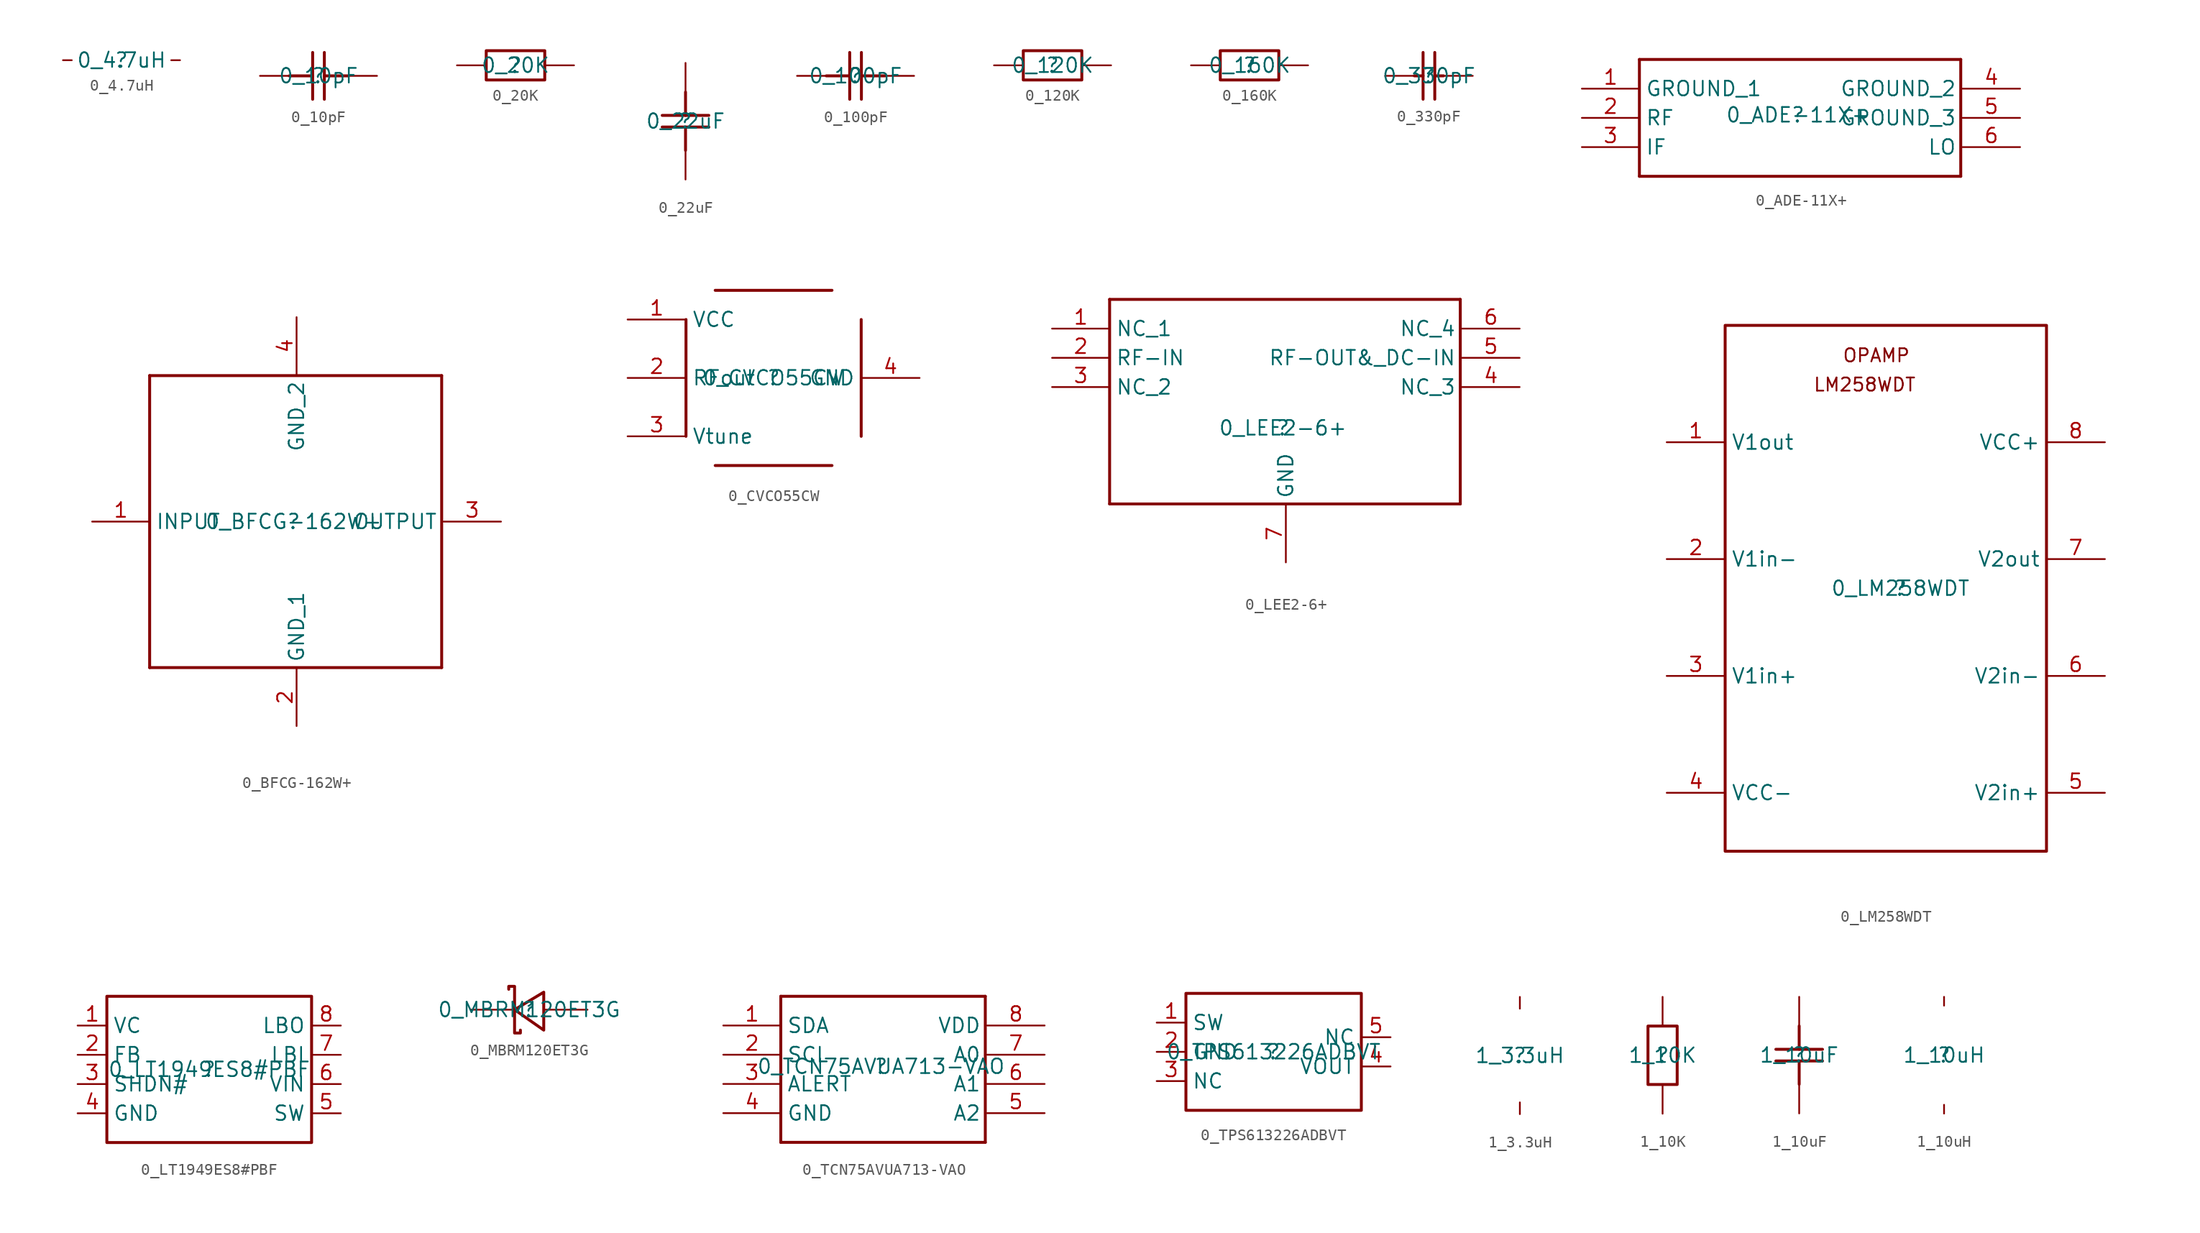
<source format=kicad_sym>
(kicad_symbol_lib
  (version 20211014)
  (generator kicad_symbol_editor)
  (symbol "0_4.7uH"
    (property "Reference" ""
      (at 0 0 0)
      (effects (font (size 1.27 1.27))))
    (property "Value" "0_4.7uH"
      (at 0 0 0)
      (effects (font (size 1.27 1.27))))
    (symbol "0_4.7uH_1_0"
      (pin passive line (at -5.08 0 0) (length 0.762) (name "1" (effects (font (size 0 0)))) (number "1" (effects (font (size 0 0)))))
      (pin passive line (at 5.08 0 180) (length 0.762) (name "2" (effects (font (size 0 0)))) (number "2" (effects (font (size 0 0)))))))
  (symbol "0_10pF"
    (property "Reference" ""
      (at 0 0 0)
      (effects (font (size 1.27 1.27))))
    (property "Value" "0_10pF"
      (at 0 0 0)
      (effects (font (size 1.27 1.27))))
    (symbol "0_10pF_1_0"
      (polyline (pts (xy -0.508 -2.032) (xy -0.508 2.032)) (stroke (width 0.254) (type default) (color 0 0 0 0)) (fill (type none)))
      (polyline (pts (xy -0.508 0) (xy -2.54 0)) (stroke (width 0.254) (type default) (color 0 0 0 0)) (fill (type none)))
      (polyline (pts (xy 0.508 2.032) (xy 0.508 -2.032)) (stroke (width 0.254) (type default) (color 0 0 0 0)) (fill (type none)))
      (polyline (pts (xy 2.54 0) (xy 0.508 0)) (stroke (width 0.254) (type default) (color 0 0 0 0)) (fill (type none)))
      (pin passive line (at -5.08 0 0) (length 2.54) (name "1" (effects (font (size 0 0)))) (number "1" (effects (font (size 0 0)))))
      (pin passive line (at 5.08 0 180) (length 2.54) (name "2" (effects (font (size 0 0)))) (number "2" (effects (font (size 0 0)))))))
  (symbol "0_20K"
    (property "Reference" ""
      (at 0 0 0)
      (effects (font (size 1.27 1.27))))
    (property "Value" "0_20K"
      (at 0 0 0)
      (effects (font (size 1.27 1.27))))
    (symbol "0_20K_1_0"
      (rectangle (start 2.54 1.27) (end -2.54 -1.27) (stroke (width 0.254) (type default) (color 0 0 0 0)) (fill (type none)))
      (pin passive line (at -5.08 0 0) (length 2.54) (name "1" (effects (font (size 0 0)))) (number "1" (effects (font (size 0 0)))))
      (pin passive line (at 5.08 0 180) (length 2.54) (name "2" (effects (font (size 0 0)))) (number "2" (effects (font (size 0 0)))))))
  (symbol "0_22uF"
    (property "Reference" ""
      (at 0 0 0)
      (effects (font (size 1.27 1.27))))
    (property "Value" "0_22uF"
      (at 0 0 0)
      (effects (font (size 1.27 1.27))))
    (symbol "0_22uF_1_0"
      (polyline (pts (xy -2.032 0.508) (xy 2.032 0.508)) (stroke (width 0.254) (type default) (color 0 0 0 0)) (fill (type none)))
      (polyline (pts (xy 0 -0.508) (xy 0 -2.54)) (stroke (width 0.254) (type default) (color 0 0 0 0)) (fill (type none)))
      (polyline (pts (xy 0 2.54) (xy 0 0.508)) (stroke (width 0.254) (type default) (color 0 0 0 0)) (fill (type none)))
      (polyline (pts (xy 2.032 -0.508) (xy -2.032 -0.508)) (stroke (width 0.254) (type default) (color 0 0 0 0)) (fill (type none)))
      (pin passive line (at 0 -5.08 90) (length 2.54) (name "1" (effects (font (size 0 0)))) (number "1" (effects (font (size 0 0)))))
      (pin passive line (at 0 5.08 270) (length 2.54) (name "2" (effects (font (size 0 0)))) (number "2" (effects (font (size 0 0)))))))
  (symbol "0_100pF"
    (property "Reference" ""
      (at 0 0 0)
      (effects (font (size 1.27 1.27))))
    (property "Value" "0_100pF"
      (at 0 0 0)
      (effects (font (size 1.27 1.27))))
    (symbol "0_100pF_1_0"
      (polyline (pts (xy -0.508 -2.032) (xy -0.508 2.032)) (stroke (width 0.254) (type default) (color 0 0 0 0)) (fill (type none)))
      (polyline (pts (xy -0.508 0) (xy -2.54 0)) (stroke (width 0.254) (type default) (color 0 0 0 0)) (fill (type none)))
      (polyline (pts (xy 0.508 2.032) (xy 0.508 -2.032)) (stroke (width 0.254) (type default) (color 0 0 0 0)) (fill (type none)))
      (polyline (pts (xy 2.54 0) (xy 0.508 0)) (stroke (width 0.254) (type default) (color 0 0 0 0)) (fill (type none)))
      (pin passive line (at -5.08 0 0) (length 2.54) (name "1" (effects (font (size 0 0)))) (number "1" (effects (font (size 0 0)))))
      (pin passive line (at 5.08 0 180) (length 2.54) (name "2" (effects (font (size 0 0)))) (number "2" (effects (font (size 0 0)))))))
  (symbol "0_120K"
    (property "Reference" ""
      (at 0 0 0)
      (effects (font (size 1.27 1.27))))
    (property "Value" "0_120K"
      (at 0 0 0)
      (effects (font (size 1.27 1.27))))
    (symbol "0_120K_1_0"
      (rectangle (start 2.54 1.27) (end -2.54 -1.27) (stroke (width 0.254) (type default) (color 0 0 0 0)) (fill (type none)))
      (pin passive line (at -5.08 0 0) (length 2.54) (name "1" (effects (font (size 0 0)))) (number "1" (effects (font (size 0 0)))))
      (pin passive line (at 5.08 0 180) (length 2.54) (name "2" (effects (font (size 0 0)))) (number "2" (effects (font (size 0 0)))))))
  (symbol "0_160K"
    (property "Reference" ""
      (at 0 0 0)
      (effects (font (size 1.27 1.27))))
    (property "Value" "0_160K"
      (at 0 0 0)
      (effects (font (size 1.27 1.27))))
    (symbol "0_160K_1_0"
      (rectangle (start 2.54 1.27) (end -2.54 -1.27) (stroke (width 0.254) (type default) (color 0 0 0 0)) (fill (type none)))
      (pin passive line (at -5.08 0 0) (length 2.54) (name "1" (effects (font (size 0 0)))) (number "1" (effects (font (size 0 0)))))
      (pin passive line (at 5.08 0 180) (length 2.54) (name "2" (effects (font (size 0 0)))) (number "2" (effects (font (size 0 0)))))))
  (symbol "0_330pF"
    (property "Reference" ""
      (at 0 0 0)
      (effects (font (size 1.27 1.27))))
    (property "Value" "0_330pF"
      (at 0 0 0)
      (effects (font (size 1.27 1.27))))
    (symbol "0_330pF_1_0"
      (polyline (pts (xy -1.27 0) (xy -0.508 0)) (stroke (width 0.254) (type default) (color 0 0 0 0)) (fill (type none)))
      (polyline (pts (xy -0.508 2.032) (xy -0.508 -2.032)) (stroke (width 0.254) (type default) (color 0 0 0 0)) (fill (type none)))
      (polyline (pts (xy 0.508 0) (xy 1.27 0)) (stroke (width 0.254) (type default) (color 0 0 0 0)) (fill (type none)))
      (polyline (pts (xy 0.508 2.032) (xy 0.508 -2.032)) (stroke (width 0.254) (type default) (color 0 0 0 0)) (fill (type none)))
      (pin passive line (at -3.81 0 0) (length 2.54) (name "1" (effects (font (size 0 0)))) (number "1" (effects (font (size 0 0)))))
      (pin passive line (at 3.81 0 180) (length 2.54) (name "2" (effects (font (size 0 0)))) (number "2" (effects (font (size 0 0)))))))
  (symbol "0_ADE-11X+"
    (property "Reference" ""
      (at 0 0 0)
      (effects (font (size 1.27 1.27))))
    (property "Value" "0_ADE-11X+"
      (at 0 0 0)
      (effects (font (size 1.27 1.27))))
    (symbol "0_ADE-11X+_1_0"
      (polyline (pts (xy -13.795 4.826) (xy -13.795 -5.334)) (stroke (width 0.254) (type default) (color 0 0 0 0)) (fill (type none)))
      (polyline (pts (xy -13.795 4.826) (xy 14.145 4.826)) (stroke (width 0.254) (type default) (color 0 0 0 0)) (fill (type none)))
      (polyline (pts (xy 14.145 -5.334) (xy -13.795 -5.334)) (stroke (width 0.254) (type default) (color 0 0 0 0)) (fill (type none)))
      (polyline (pts (xy 14.145 -5.334) (xy 14.145 4.826)) (stroke (width 0.254) (type default) (color 0 0 0 0)) (fill (type none)))
      (pin passive line (at -18.796 2.286 0) (length 5) (name "GROUND_1" (effects (font (size 1.27 1.27)))) (number "1" (effects (font (size 1.27 1.27)))))
      (pin passive line (at -18.796 -0.254 0) (length 5) (name "RF" (effects (font (size 1.27 1.27)))) (number "2" (effects (font (size 1.27 1.27)))))
      (pin passive line (at -18.796 -2.794 0) (length 5) (name "IF" (effects (font (size 1.27 1.27)))) (number "3" (effects (font (size 1.27 1.27)))))
      (pin passive line (at 19.304 2.286 180) (length 5) (name "GROUND_2" (effects (font (size 1.27 1.27)))) (number "4" (effects (font (size 1.27 1.27)))))
      (pin passive line (at 19.304 -0.254 180) (length 5) (name "GROUND_3" (effects (font (size 1.27 1.27)))) (number "5" (effects (font (size 1.27 1.27)))))
      (pin passive line (at 19.304 -2.794 180) (length 5) (name "LO" (effects (font (size 1.27 1.27)))) (number "6" (effects (font (size 1.27 1.27)))))))
  (symbol "0_BFCG-162W+"
    (property "Reference" ""
      (at 0 0 0)
      (effects (font (size 1.27 1.27))))
    (property "Value" "0_BFCG-162W+"
      (at 0 0 0)
      (effects (font (size 1.27 1.27))))
    (symbol "0_BFCG-162W+_1_0"
      (polyline (pts (xy -12.525 12.7) (xy -12.525 -12.7)) (stroke (width 0.254) (type default) (color 0 0 0 0)) (fill (type none)))
      (polyline (pts (xy -12.525 12.7) (xy 12.875 12.7)) (stroke (width 0.254) (type default) (color 0 0 0 0)) (fill (type none)))
      (polyline (pts (xy 12.875 -12.7) (xy -12.525 -12.7)) (stroke (width 0.254) (type default) (color 0 0 0 0)) (fill (type none)))
      (polyline (pts (xy 12.875 -12.7) (xy 12.875 12.7)) (stroke (width 0.254) (type default) (color 0 0 0 0)) (fill (type none)))
      (pin passive line (at -17.526 0 0) (length 5) (name "INPUT" (effects (font (size 1.27 1.27)))) (number "1" (effects (font (size 1.27 1.27)))))
      (pin passive line (at 0.254 -17.78 90) (length 5) (name "GND_1" (effects (font (size 1.27 1.27)))) (number "2" (effects (font (size 1.27 1.27)))))
      (pin passive line (at 18.034 0 180) (length 5) (name "OUTPUT" (effects (font (size 1.27 1.27)))) (number "3" (effects (font (size 1.27 1.27)))))
      (pin passive line (at 0.254 17.78 270) (length 5) (name "GND_2" (effects (font (size 1.27 1.27)))) (number "4" (effects (font (size 1.27 1.27)))))))
  (symbol "0_CVCO55CW"
    (property "Reference" ""
      (at 0 0 0)
      (effects (font (size 1.27 1.27))))
    (property "Value" "0_CVCO55CW"
      (at 0 0 0)
      (effects (font (size 1.27 1.27))))
    (symbol "0_CVCO55CW_1_0"
      (polyline (pts (xy -7.62 5.08) (xy -7.62 -5.08)) (stroke (width 0.254) (type default) (color 0 0 0 0)) (fill (type none)))
      (polyline (pts (xy -5.08 -7.62) (xy 5.08 -7.62)) (stroke (width 0.254) (type default) (color 0 0 0 0)) (fill (type none)))
      (polyline (pts (xy 5.08 7.62) (xy -5.08 7.62)) (stroke (width 0.254) (type default) (color 0 0 0 0)) (fill (type none)))
      (polyline (pts (xy 7.62 -5.08) (xy 7.62 5.08)) (stroke (width 0.254) (type default) (color 0 0 0 0)) (fill (type none)))
      (pin passive line (at -12.7 5.08 0) (length 5.08) (name "VCC" (effects (font (size 1.27 1.27)))) (number "1" (effects (font (size 1.27 1.27)))))
      (pin passive line (at -12.7 0 0) (length 5.08) (name "RFout" (effects (font (size 1.27 1.27)))) (number "2" (effects (font (size 1.27 1.27)))))
      (pin passive line (at -12.7 -5.08 0) (length 5.08) (name "Vtune" (effects (font (size 1.27 1.27)))) (number "3" (effects (font (size 1.27 1.27)))))
      (pin passive line (at 12.7 0 180) (length 5.08) (name "GND" (effects (font (size 1.27 1.27)))) (number "4" (effects (font (size 1.27 1.27)))))))
  (symbol "0_LEE2-6+"
    (property "Reference" ""
      (at 0 0 0)
      (effects (font (size 1.27 1.27))))
    (property "Value" "0_LEE2-6+"
      (at 0 0 0)
      (effects (font (size 1.27 1.27))))
    (symbol "0_LEE2-6+_1_0"
      (polyline (pts (xy -15.065 11.176) (xy -15.065 -6.604)) (stroke (width 0.254) (type default) (color 0 0 0 0)) (fill (type none)))
      (polyline (pts (xy -15.065 11.176) (xy 15.415 11.176)) (stroke (width 0.254) (type default) (color 0 0 0 0)) (fill (type none)))
      (polyline (pts (xy 15.415 -6.604) (xy -15.065 -6.604)) (stroke (width 0.254) (type default) (color 0 0 0 0)) (fill (type none)))
      (polyline (pts (xy 15.415 -6.604) (xy 15.415 11.176)) (stroke (width 0.254) (type default) (color 0 0 0 0)) (fill (type none)))
      (pin passive line (at -20.066 8.636 0) (length 5) (name "NC_1" (effects (font (size 1.27 1.27)))) (number "1" (effects (font (size 1.27 1.27)))))
      (pin passive line (at -20.066 6.096 0) (length 5) (name "RF-IN" (effects (font (size 1.27 1.27)))) (number "2" (effects (font (size 1.27 1.27)))))
      (pin passive line (at -20.066 3.556 0) (length 5) (name "NC_2" (effects (font (size 1.27 1.27)))) (number "3" (effects (font (size 1.27 1.27)))))
      (pin passive line (at 20.574 3.556 180) (length 5) (name "NC_3" (effects (font (size 1.27 1.27)))) (number "4" (effects (font (size 1.27 1.27)))))
      (pin passive line (at 20.574 6.096 180) (length 5) (name "RF-OUT&_DC-IN" (effects (font (size 1.27 1.27)))) (number "5" (effects (font (size 1.27 1.27)))))
      (pin passive line (at 20.574 8.636 180) (length 5) (name "NC_4" (effects (font (size 1.27 1.27)))) (number "6" (effects (font (size 1.27 1.27)))))
      (pin passive line (at 0.254 -11.684 90) (length 5) (name "GND" (effects (font (size 1.27 1.27)))) (number "7" (effects (font (size 1.27 1.27)))))))
  (symbol "0_LM258WDT"
    (property "Reference" ""
      (at 0 0 0)
      (effects (font (size 1.27 1.27))))
    (property "Value" "0_LM258WDT"
      (at 0 0 0)
      (effects (font (size 1.27 1.27))))
    (symbol "0_LM258WDT_1_0"
      (rectangle (start 12.7 22.86) (end -15.24 -22.86) (stroke (width 0.254) (type default) (color 0 0 0 0)) (fill (type none)))
      (text "LM258WDT" (at -7.62 17.039 0) (effects (font (size 1.143 1.143)) (justify left bottom)))
      (text "OPAMP" (at -5.08 19.579 0) (effects (font (size 1.143 1.143)) (justify left bottom)))
      (pin passive line (at -20.32 12.7 0) (length 5.08) (name "V1out" (effects (font (size 1.27 1.27)))) (number "1" (effects (font (size 1.27 1.27)))))
      (pin passive line (at -20.32 2.54 0) (length 5.08) (name "V1in-" (effects (font (size 1.27 1.27)))) (number "2" (effects (font (size 1.27 1.27)))))
      (pin passive line (at -20.32 -7.62 0) (length 5.08) (name "V1in+" (effects (font (size 1.27 1.27)))) (number "3" (effects (font (size 1.27 1.27)))))
      (pin passive line (at -20.32 -17.78 0) (length 5.08) (name "VCC-" (effects (font (size 1.27 1.27)))) (number "4" (effects (font (size 1.27 1.27)))))
      (pin passive line (at 17.78 -17.78 180) (length 5.08) (name "V2in+" (effects (font (size 1.27 1.27)))) (number "5" (effects (font (size 1.27 1.27)))))
      (pin passive line (at 17.78 -7.62 180) (length 5.08) (name "V2in-" (effects (font (size 1.27 1.27)))) (number "6" (effects (font (size 1.27 1.27)))))
      (pin passive line (at 17.78 2.54 180) (length 5.08) (name "V2out" (effects (font (size 1.27 1.27)))) (number "7" (effects (font (size 1.27 1.27)))))
      (pin passive line (at 17.78 12.7 180) (length 5.08) (name "VCC+" (effects (font (size 1.27 1.27)))) (number "8" (effects (font (size 1.27 1.27)))))))
  (symbol "0_LT1949ES8#PBF"
    (property "Reference" ""
      (at 0 0 0)
      (effects (font (size 1.27 1.27))))
    (property "Value" "0_LT1949ES8#PBF"
      (at 0 0 0)
      (effects (font (size 1.27 1.27))))
    (symbol "0_LT1949ES8#PBF_1_0"
      (rectangle (start 8.89 6.35) (end -8.89 -6.35) (stroke (width 0.254) (type default) (color 0 0 0 0)) (fill (type none)))
      (pin passive line (at -11.43 3.81 0) (length 2.54) (name "VC" (effects (font (size 1.27 1.27)))) (number "1" (effects (font (size 1.27 1.27)))))
      (pin passive line (at -11.43 1.27 0) (length 2.54) (name "FB" (effects (font (size 1.27 1.27)))) (number "2" (effects (font (size 1.27 1.27)))))
      (pin passive line (at -11.43 -1.27 0) (length 2.54) (name "SHDN#" (effects (font (size 1.27 1.27)))) (number "3" (effects (font (size 1.27 1.27)))))
      (pin passive line (at -11.43 -3.81 0) (length 2.54) (name "GND" (effects (font (size 1.27 1.27)))) (number "4" (effects (font (size 1.27 1.27)))))
      (pin passive line (at 11.43 -3.81 180) (length 2.54) (name "SW" (effects (font (size 1.27 1.27)))) (number "5" (effects (font (size 1.27 1.27)))))
      (pin passive line (at 11.43 -1.27 180) (length 2.54) (name "VIN" (effects (font (size 1.27 1.27)))) (number "6" (effects (font (size 1.27 1.27)))))
      (pin passive line (at 11.43 1.27 180) (length 2.54) (name "LBI" (effects (font (size 1.27 1.27)))) (number "7" (effects (font (size 1.27 1.27)))))
      (pin passive line (at 11.43 3.81 180) (length 2.54) (name "LBO" (effects (font (size 1.27 1.27)))) (number "8" (effects (font (size 1.27 1.27)))))))
  (symbol "0_MBRM120ET3G"
    (property "Reference" ""
      (at 0 0 0)
      (effects (font (size 1.27 1.27))))
    (property "Value" "0_MBRM120ET3G"
      (at 0 0 0)
      (effects (font (size 1.27 1.27))))
    (symbol "0_MBRM120ET3G_1_0"
      (polyline (pts (xy 1.27 1.524) (xy -1.27 0) (xy -1.27 0) (xy 1.27 -1.778) (xy 1.27 -1.778) (xy 1.27 1.524)) (stroke (width 0.254) (type default) (color 0 0 0 0)) (fill (type none)))
      (polyline (pts (xy -1.778 1.778) (xy -1.778 2.032) (xy -1.778 2.032) (xy -1.27 2.032) (xy -1.27 2.032) (xy -1.27 -2.032) (xy -1.27 -2.032) (xy -0.762 -2.032) (xy -0.762 -2.032) (xy -0.762 -1.778)) (stroke (width 0.254) (type default) (color 0 0 0 0)) (fill (type none)))
      (pin passive line (at -5.08 0 0) (length 3.81) (name "C" (effects (font (size 0 0)))) (number "1" (effects (font (size 0 0)))))
      (pin passive line (at 5.08 0 180) (length 3.81) (name "A" (effects (font (size 0 0)))) (number "2" (effects (font (size 0 0)))))))
  (symbol "0_TCN75AVUA713-VAO"
    (property "Reference" ""
      (at 0 0 0)
      (effects (font (size 1.27 1.27))))
    (property "Value" "0_TCN75AVUA713-VAO"
      (at 0 0 0)
      (effects (font (size 1.27 1.27))))
    (symbol "0_TCN75AVUA713-VAO_1_0"
      (polyline (pts (xy -8.715 6.096) (xy -8.715 -6.604)) (stroke (width 0.254) (type default) (color 0 0 0 0)) (fill (type none)))
      (polyline (pts (xy -8.715 6.096) (xy 9.065 6.096)) (stroke (width 0.254) (type default) (color 0 0 0 0)) (fill (type none)))
      (polyline (pts (xy 9.065 -6.604) (xy -8.715 -6.604)) (stroke (width 0.254) (type default) (color 0 0 0 0)) (fill (type none)))
      (polyline (pts (xy 9.065 -6.604) (xy 9.065 6.096)) (stroke (width 0.254) (type default) (color 0 0 0 0)) (fill (type none)))
      (pin passive line (at -13.716 3.556 0) (length 5) (name "SDA" (effects (font (size 1.27 1.27)))) (number "1" (effects (font (size 1.27 1.27)))))
      (pin passive line (at -13.716 1.016 0) (length 5) (name "SCL" (effects (font (size 1.27 1.27)))) (number "2" (effects (font (size 1.27 1.27)))))
      (pin passive line (at -13.716 -1.524 0) (length 5) (name "ALERT" (effects (font (size 1.27 1.27)))) (number "3" (effects (font (size 1.27 1.27)))))
      (pin passive line (at -13.716 -4.064 0) (length 5) (name "GND" (effects (font (size 1.27 1.27)))) (number "4" (effects (font (size 1.27 1.27)))))
      (pin passive line (at 14.224 -4.064 180) (length 5) (name "A2" (effects (font (size 1.27 1.27)))) (number "5" (effects (font (size 1.27 1.27)))))
      (pin passive line (at 14.224 -1.524 180) (length 5) (name "A1" (effects (font (size 1.27 1.27)))) (number "6" (effects (font (size 1.27 1.27)))))
      (pin passive line (at 14.224 1.016 180) (length 5) (name "A0" (effects (font (size 1.27 1.27)))) (number "7" (effects (font (size 1.27 1.27)))))
      (pin passive line (at 14.224 3.556 180) (length 5) (name "VDD" (effects (font (size 1.27 1.27)))) (number "8" (effects (font (size 1.27 1.27)))))))
  (symbol "0_TPS613226ADBVT"
    (property "Reference" ""
      (at 0 0 0)
      (effects (font (size 1.27 1.27))))
    (property "Value" "0_TPS613226ADBVT"
      (at 0 0 0)
      (effects (font (size 1.27 1.27))))
    (symbol "0_TPS613226ADBVT_1_0"
      (rectangle (start 7.62 5.08) (end -7.62 -5.08) (stroke (width 0.254) (type default) (color 0 0 0 0)) (fill (type none)))
      (pin passive line (at -10.16 2.54 0) (length 2.54) (name "SW" (effects (font (size 1.27 1.27)))) (number "1" (effects (font (size 1.27 1.27)))))
      (pin passive line (at -10.16 0 0) (length 2.54) (name "GND" (effects (font (size 1.27 1.27)))) (number "2" (effects (font (size 1.27 1.27)))))
      (pin passive line (at -10.16 -2.54 0) (length 2.54) (name "NC" (effects (font (size 1.27 1.27)))) (number "3" (effects (font (size 1.27 1.27)))))
      (pin passive line (at 10.16 -1.27 180) (length 2.54) (name "VOUT" (effects (font (size 1.27 1.27)))) (number "4" (effects (font (size 1.27 1.27)))))
      (pin passive line (at 10.16 1.27 180) (length 2.54) (name "NC" (effects (font (size 1.27 1.27)))) (number "5" (effects (font (size 1.27 1.27)))))))
  (symbol "1_3.3uH"
    (property "Reference" ""
      (at 0 0 0)
      (effects (font (size 1.27 1.27))))
    (property "Value" "1_3.3uH"
      (at 0 0 0)
      (effects (font (size 1.27 1.27))))
    (symbol "1_3.3uH_1_0"
      (pin passive line (at 0 -5.08 90) (length 1.016) (name "1" (effects (font (size 0 0)))) (number "1" (effects (font (size 0 0)))))
      (pin passive line (at 0 5.08 270) (length 1.016) (name "2" (effects (font (size 0 0)))) (number "2" (effects (font (size 0 0)))))))
  (symbol "1_10K"
    (property "Reference" ""
      (at 0 0 0)
      (effects (font (size 1.27 1.27))))
    (property "Value" "1_10K"
      (at 0 0 0)
      (effects (font (size 1.27 1.27))))
    (symbol "1_10K_1_0"
      (rectangle (start 1.27 2.54) (end -1.27 -2.54) (stroke (width 0.254) (type default) (color 0 0 0 0)) (fill (type none)))
      (pin passive line (at 0 -5.08 90) (length 2.54) (name "1" (effects (font (size 0 0)))) (number "1" (effects (font (size 0 0)))))
      (pin passive line (at 0 5.08 270) (length 2.54) (name "2" (effects (font (size 0 0)))) (number "2" (effects (font (size 0 0)))))))
  (symbol "1_10uF"
    (property "Reference" ""
      (at 0 0 0)
      (effects (font (size 1.27 1.27))))
    (property "Value" "1_10uF"
      (at 0 0 0)
      (effects (font (size 1.27 1.27))))
    (symbol "1_10uF_1_0"
      (polyline (pts (xy -2.032 0.508) (xy 2.032 0.508)) (stroke (width 0.254) (type default) (color 0 0 0 0)) (fill (type none)))
      (polyline (pts (xy 0 -0.508) (xy 0 -2.54)) (stroke (width 0.254) (type default) (color 0 0 0 0)) (fill (type none)))
      (polyline (pts (xy 0 2.54) (xy 0 0.508)) (stroke (width 0.254) (type default) (color 0 0 0 0)) (fill (type none)))
      (polyline (pts (xy 2.032 -0.508) (xy -2.032 -0.508)) (stroke (width 0.254) (type default) (color 0 0 0 0)) (fill (type none)))
      (pin passive line (at 0 -5.08 90) (length 2.54) (name "1" (effects (font (size 0 0)))) (number "1" (effects (font (size 0 0)))))
      (pin passive line (at 0 5.08 270) (length 2.54) (name "2" (effects (font (size 0 0)))) (number "2" (effects (font (size 0 0)))))))
  (symbol "1_10uH"
    (property "Reference" ""
      (at 0 0 0)
      (effects (font (size 1.27 1.27))))
    (property "Value" "1_10uH"
      (at 0 0 0)
      (effects (font (size 1.27 1.27))))
    (symbol "1_10uH_1_0"
      (pin passive line (at 0 -5.08 90) (length 0.762) (name "1" (effects (font (size 0 0)))) (number "1" (effects (font (size 0 0)))))
      (pin passive line (at 0 5.08 270) (length 0.762) (name "2" (effects (font (size 0 0)))) (number "2" (effects (font (size 0 0))))))))
</source>
